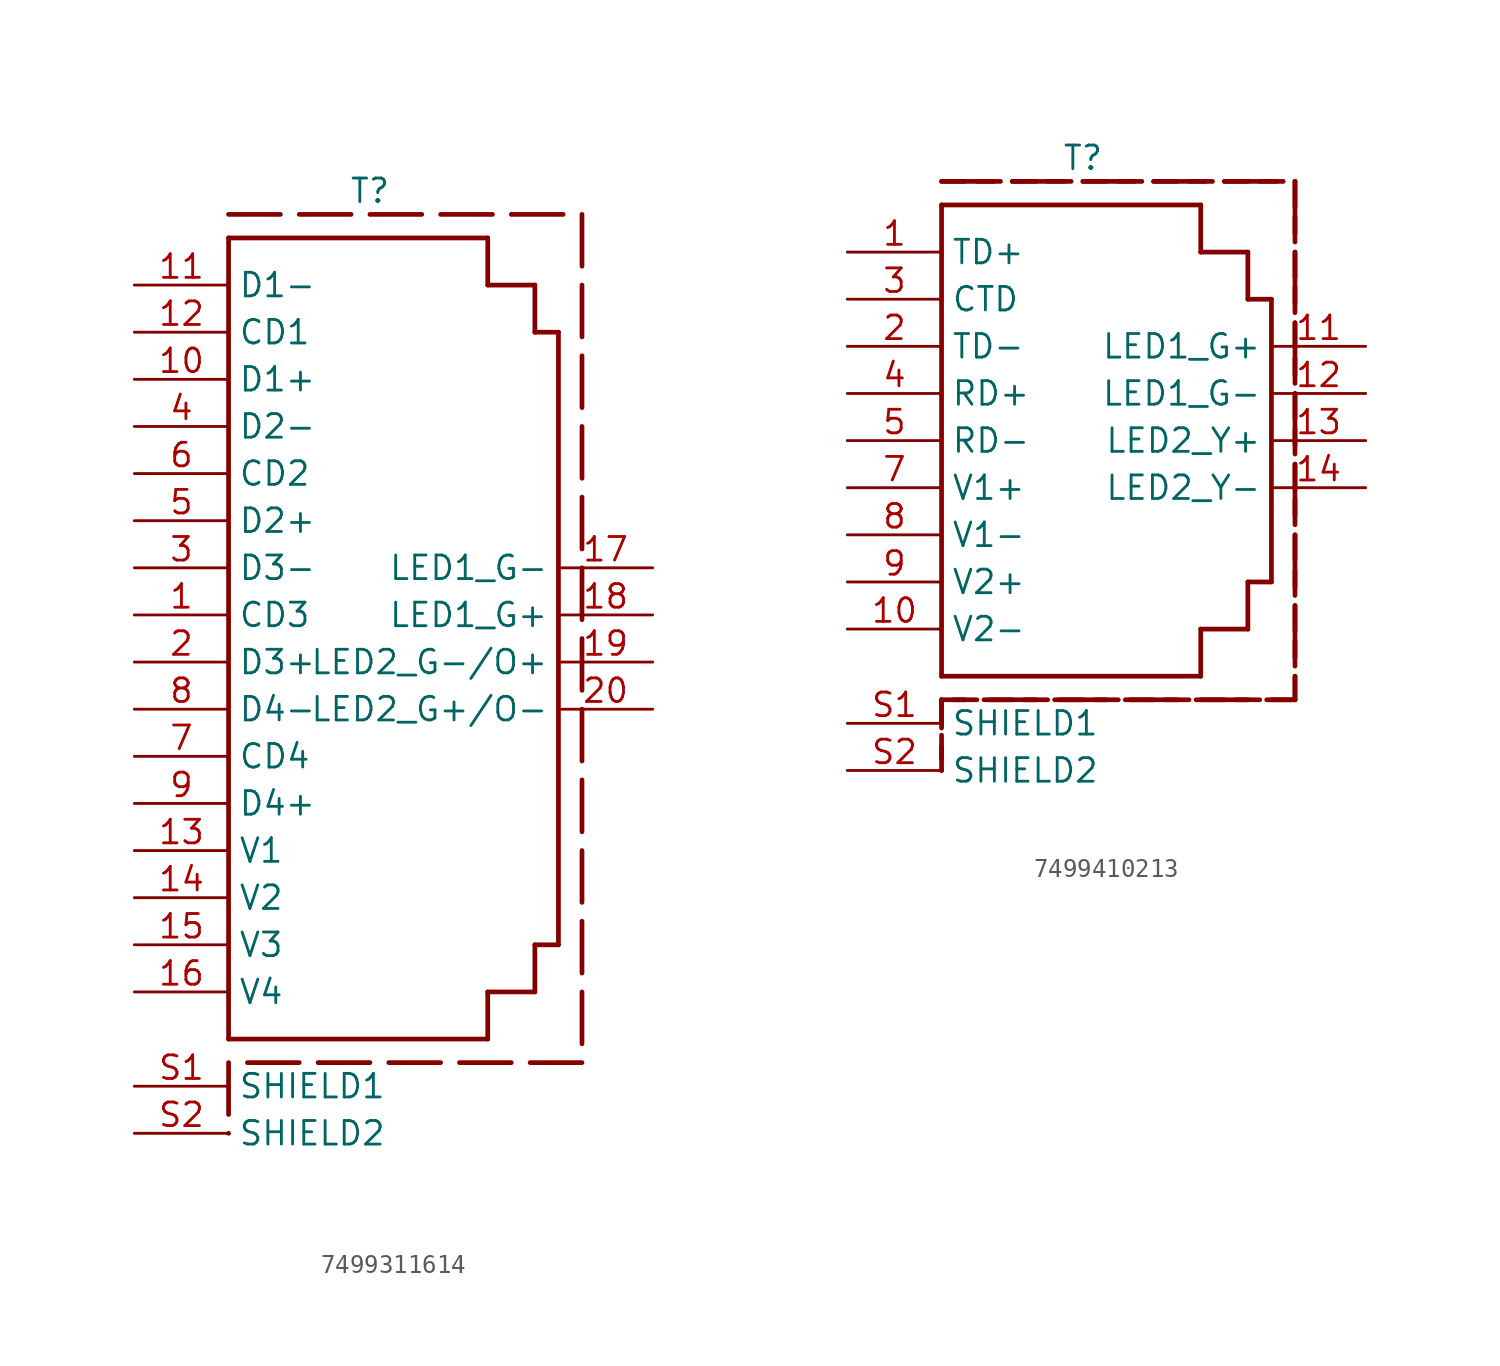
<source format=kicad_sym>
(kicad_symbol_lib
  (version 20220914)
  (generator kicad_symbol_editor)
  (symbol "7499311614"
    (property "Reference" "T"
      (at 0 25.4 0)
      (effects (font (size 1.27 1.27))))
    (property "Critical Parameter" ""
      (at 0 -5.08 0)
      (effects (font (size 1.27 1.27)) (justify left)))
    (symbol "7499311614_0_0"
      (polyline (pts (xy -7.62 -20.32) (xy -7.62 22.86)) (stroke (width 0.254) (type default)) (fill (type none)))
      (polyline (pts (xy -7.62 22.86) (xy 6.35 22.86)) (stroke (width 0.254) (type default)) (fill (type none)))
      (polyline (pts (xy 6.35 -20.32) (xy -7.62 -20.32)) (stroke (width 0.254) (type default)) (fill (type none)))
      (polyline (pts (xy 6.35 -20.32) (xy 6.35 -17.78)) (stroke (width 0.254) (type default)) (fill (type none)))
      (polyline (pts (xy 6.35 -17.78) (xy 8.89 -17.78)) (stroke (width 0.254) (type default)) (fill (type none)))
      (polyline (pts (xy 6.35 20.32) (xy 8.89 20.32)) (stroke (width 0.254) (type default)) (fill (type none)))
      (polyline (pts (xy 6.35 22.86) (xy 6.35 20.32)) (stroke (width 0.254) (type default)) (fill (type none)))
      (polyline (pts (xy 8.89 -17.78) (xy 8.89 -15.24)) (stroke (width 0.254) (type default)) (fill (type none)))
      (polyline (pts (xy 8.89 -15.24) (xy 10.16 -15.24)) (stroke (width 0.254) (type default)) (fill (type none)))
      (polyline (pts (xy 8.89 17.78) (xy 10.16 17.78)) (stroke (width 0.254) (type default)) (fill (type none)))
      (polyline (pts (xy 8.89 20.32) (xy 8.89 17.78)) (stroke (width 0.254) (type default)) (fill (type none)))
      (polyline (pts (xy 10.16 17.78) (xy 10.16 -15.24)) (stroke (width 0.254) (type default)) (fill (type none)))
      (pin passive line (at -12.7 2.54 0) (length 5.08) (name "CD3" (effects (font (size 1.27 1.27)))) (number "1" (effects (font (size 1.27 1.27)))))
      (pin passive line (at -12.7 15.24 0) (length 5.08) (name "D1+" (effects (font (size 1.27 1.27)))) (number "10" (effects (font (size 1.27 1.27)))))
      (pin passive line (at -12.7 20.32 0) (length 5.08) (name "D1-" (effects (font (size 1.27 1.27)))) (number "11" (effects (font (size 1.27 1.27)))))
      (pin passive line (at -12.7 17.78 0) (length 5.08) (name "CD1" (effects (font (size 1.27 1.27)))) (number "12" (effects (font (size 1.27 1.27)))))
      (pin passive line (at -12.7 -10.16 0) (length 5.08) (name "V1" (effects (font (size 1.27 1.27)))) (number "13" (effects (font (size 1.27 1.27)))))
      (pin passive line (at -12.7 -12.7 0) (length 5.08) (name "V2" (effects (font (size 1.27 1.27)))) (number "14" (effects (font (size 1.27 1.27)))))
      (pin passive line (at -12.7 -15.24 0) (length 5.08) (name "V3" (effects (font (size 1.27 1.27)))) (number "15" (effects (font (size 1.27 1.27)))))
      (pin passive line (at -12.7 -17.78 0) (length 5.08) (name "V4" (effects (font (size 1.27 1.27)))) (number "16" (effects (font (size 1.27 1.27)))))
      (pin passive line (at -12.7 0 0) (length 5.08) (name "D3+" (effects (font (size 1.27 1.27)))) (number "2" (effects (font (size 1.27 1.27)))))
      (pin passive line (at -12.7 5.08 0) (length 5.08) (name "D3-" (effects (font (size 1.27 1.27)))) (number "3" (effects (font (size 1.27 1.27)))))
      (pin passive line (at -12.7 12.7 0) (length 5.08) (name "D2-" (effects (font (size 1.27 1.27)))) (number "4" (effects (font (size 1.27 1.27)))))
      (pin passive line (at -12.7 7.62 0) (length 5.08) (name "D2+" (effects (font (size 1.27 1.27)))) (number "5" (effects (font (size 1.27 1.27)))))
      (pin passive line (at -12.7 10.16 0) (length 5.08) (name "CD2" (effects (font (size 1.27 1.27)))) (number "6" (effects (font (size 1.27 1.27)))))
      (pin passive line (at -12.7 -5.08 0) (length 5.08) (name "CD4" (effects (font (size 1.27 1.27)))) (number "7" (effects (font (size 1.27 1.27)))))
      (pin passive line (at -12.7 -2.54 0) (length 5.08) (name "D4-" (effects (font (size 1.27 1.27)))) (number "8" (effects (font (size 1.27 1.27)))))
      (pin passive line (at -12.7 -7.62 0) (length 5.08) (name "D4+" (effects (font (size 1.27 1.27)))) (number "9" (effects (font (size 1.27 1.27)))))
      (pin passive line (at -12.7 -22.86 0) (length 5.08) (name "SHIELD1" (effects (font (size 1.27 1.27)))) (number "S1" (effects (font (size 1.27 1.27)))))
      (pin passive line (at -12.7 -25.4 0) (length 5.08) (name "SHIELD2" (effects (font (size 1.27 1.27)))) (number "S2" (effects (font (size 1.27 1.27))))))
    (symbol "7499311614_1_0"
      (pin passive line (at 15.24 5.08 180) (length 5.08) (name "LED1_G-" (effects (font (size 1.27 1.27)))) (number "17" (effects (font (size 1.27 1.27)))))
      (pin passive line (at 15.24 2.54 180) (length 5.08) (name "LED1_G+" (effects (font (size 1.27 1.27)))) (number "18" (effects (font (size 1.27 1.27)))))
      (pin passive line (at 15.24 0 180) (length 5.08) (name "LED2_G-/O+" (effects (font (size 1.27 1.27)))) (number "19" (effects (font (size 1.27 1.27)))))
      (pin passive line (at 15.24 -2.54 180) (length 5.08) (name "LED2_G+/O-" (effects (font (size 1.27 1.27)))) (number "20" (effects (font (size 1.27 1.27))))))
    (symbol "7499311614_1_1"
      (polyline (pts (xy -7.62 24.13) (xy 11.43 24.13) (xy 11.43 -21.59) (xy -7.62 -21.59) (xy -7.62 -25.4)) (stroke (width 0.254) (type dash)) (fill (type none)))))
  (symbol "7499410213"
    (property "Reference" "T"
      (at 0 15.24 0)
      (effects (font (size 1.27 1.27))))
    (property "Critical Parameter" ""
      (at 0 -5.08 0)
      (effects (font (size 1.27 1.27)) (justify left)))
    (symbol "7499410213_0_0"
      (polyline (pts (xy -7.62 -17.78) (xy -7.62 -17.78)) (stroke (width 0.254) (type default)) (fill (type none)))
      (polyline (pts (xy -7.62 -15.875) (xy -7.62 -17.145)) (stroke (width 0.254) (type default)) (fill (type none)))
      (polyline (pts (xy -7.62 -13.97) (xy -7.62 -15.24)) (stroke (width 0.254) (type default)) (fill (type none)))
      (polyline (pts (xy -7.62 -13.97) (xy -7.62 -13.97)) (stroke (width 0.254) (type default)) (fill (type none)))
      (polyline (pts (xy -7.62 -12.7) (xy -7.62 12.7)) (stroke (width 0.254) (type default)) (fill (type none)))
      (polyline (pts (xy -7.62 12.7) (xy 6.35 12.7)) (stroke (width 0.254) (type default)) (fill (type none)))
      (polyline (pts (xy -7.62 13.97) (xy -6.35 13.97)) (stroke (width 0.254) (type default)) (fill (type none)))
      (polyline (pts (xy -5.715 -13.97) (xy -6.985 -13.97)) (stroke (width 0.254) (type default)) (fill (type none)))
      (polyline (pts (xy -5.715 13.97) (xy -4.445 13.97)) (stroke (width 0.254) (type default)) (fill (type none)))
      (polyline (pts (xy -3.81 -13.97) (xy -5.08 -13.97)) (stroke (width 0.254) (type default)) (fill (type none)))
      (polyline (pts (xy -3.81 13.97) (xy -2.54 13.97)) (stroke (width 0.254) (type default)) (fill (type none)))
      (polyline (pts (xy -1.905 -13.97) (xy -3.175 -13.97)) (stroke (width 0.254) (type default)) (fill (type none)))
      (polyline (pts (xy -1.905 13.97) (xy -0.635 13.97)) (stroke (width 0.254) (type default)) (fill (type none)))
      (polyline (pts (xy 0 -13.97) (xy -1.27 -13.97)) (stroke (width 0.254) (type default)) (fill (type none)))
      (polyline (pts (xy 0 13.97) (xy 1.27 13.97)) (stroke (width 0.254) (type default)) (fill (type none)))
      (polyline (pts (xy 1.905 -13.97) (xy 0.635 -13.97)) (stroke (width 0.254) (type default)) (fill (type none)))
      (polyline (pts (xy 1.905 13.97) (xy 3.175 13.97)) (stroke (width 0.254) (type default)) (fill (type none)))
      (polyline (pts (xy 3.81 -13.97) (xy 2.54 -13.97)) (stroke (width 0.254) (type default)) (fill (type none)))
      (polyline (pts (xy 3.81 13.97) (xy 5.08 13.97)) (stroke (width 0.254) (type default)) (fill (type none)))
      (polyline (pts (xy 5.715 -13.97) (xy 4.445 -13.97)) (stroke (width 0.254) (type default)) (fill (type none)))
      (polyline (pts (xy 5.715 13.97) (xy 6.985 13.97)) (stroke (width 0.254) (type default)) (fill (type none)))
      (polyline (pts (xy 6.35 -12.7) (xy -7.62 -12.7)) (stroke (width 0.254) (type default)) (fill (type none)))
      (polyline (pts (xy 6.35 -12.7) (xy 6.35 -10.16)) (stroke (width 0.254) (type default)) (fill (type none)))
      (polyline (pts (xy 6.35 -10.16) (xy 8.89 -10.16)) (stroke (width 0.254) (type default)) (fill (type none)))
      (polyline (pts (xy 6.35 10.16) (xy 8.89 10.16)) (stroke (width 0.254) (type default)) (fill (type none)))
      (polyline (pts (xy 6.35 12.7) (xy 6.35 10.16)) (stroke (width 0.254) (type default)) (fill (type none)))
      (polyline (pts (xy 7.62 -13.97) (xy 6.35 -13.97)) (stroke (width 0.254) (type default)) (fill (type none)))
      (polyline (pts (xy 7.62 13.97) (xy 8.89 13.97)) (stroke (width 0.254) (type default)) (fill (type none)))
      (polyline (pts (xy 8.89 -10.16) (xy 8.89 -7.62)) (stroke (width 0.254) (type default)) (fill (type none)))
      (polyline (pts (xy 8.89 -7.62) (xy 10.16 -7.62)) (stroke (width 0.254) (type default)) (fill (type none)))
      (polyline (pts (xy 8.89 7.62) (xy 10.16 7.62)) (stroke (width 0.254) (type default)) (fill (type none)))
      (polyline (pts (xy 8.89 10.16) (xy 8.89 7.62)) (stroke (width 0.254) (type default)) (fill (type none)))
      (polyline (pts (xy 9.525 -13.97) (xy 8.255 -13.97)) (stroke (width 0.254) (type default)) (fill (type none)))
      (polyline (pts (xy 9.525 13.97) (xy 10.795 13.97)) (stroke (width 0.254) (type default)) (fill (type none)))
      (polyline (pts (xy 10.16 7.62) (xy 10.16 -7.62)) (stroke (width 0.254) (type default)) (fill (type none)))
      (polyline (pts (xy 11.43 -13.97) (xy 10.16 -13.97)) (stroke (width 0.254) (type default)) (fill (type none)))
      (polyline (pts (xy 11.43 -12.7) (xy 11.43 -13.97)) (stroke (width 0.254) (type default)) (fill (type none)))
      (polyline (pts (xy 11.43 -10.795) (xy 11.43 -12.156)) (stroke (width 0.254) (type default)) (fill (type none)))
      (polyline (pts (xy 11.43 -8.89) (xy 11.43 -10.251)) (stroke (width 0.254) (type default)) (fill (type none)))
      (polyline (pts (xy 11.43 -6.985) (xy 11.43 -8.346)) (stroke (width 0.254) (type default)) (fill (type none)))
      (polyline (pts (xy 11.43 -5.08) (xy 11.43 -6.441)) (stroke (width 0.254) (type default)) (fill (type none)))
      (polyline (pts (xy 11.43 -3.175) (xy 11.43 -4.536)) (stroke (width 0.254) (type default)) (fill (type none)))
      (polyline (pts (xy 11.43 -1.27) (xy 11.43 -2.631)) (stroke (width 0.254) (type default)) (fill (type none)))
      (polyline (pts (xy 11.43 0.635) (xy 11.43 -0.726)) (stroke (width 0.254) (type default)) (fill (type none)))
      (polyline (pts (xy 11.43 2.54) (xy 11.43 1.179)) (stroke (width 0.254) (type default)) (fill (type none)))
      (polyline (pts (xy 11.43 4.445) (xy 11.43 3.084)) (stroke (width 0.254) (type default)) (fill (type none)))
      (polyline (pts (xy 11.43 6.35) (xy 11.43 4.989)) (stroke (width 0.254) (type default)) (fill (type none)))
      (polyline (pts (xy 11.43 8.255) (xy 11.43 6.894)) (stroke (width 0.254) (type default)) (fill (type none)))
      (polyline (pts (xy 11.43 10.16) (xy 11.43 8.799)) (stroke (width 0.254) (type default)) (fill (type none)))
      (polyline (pts (xy 11.43 12.065) (xy 11.43 10.704)) (stroke (width 0.254) (type default)) (fill (type none)))
      (polyline (pts (xy 11.43 13.97) (xy 11.43 12.609)) (stroke (width 0.254) (type default)) (fill (type none)))
      (polyline (pts (xy 11.43 13.97) (xy 11.43 13.97)) (stroke (width 0.254) (type default)) (fill (type none)))
      (pin passive line (at -12.7 10.16 0) (length 5.08) (name "TD+" (effects (font (size 1.27 1.27)))) (number "1" (effects (font (size 1.27 1.27)))))
      (pin passive line (at -12.7 -10.16 0) (length 5.08) (name "V2-" (effects (font (size 1.27 1.27)))) (number "10" (effects (font (size 1.27 1.27)))))
      (pin passive line (at -12.7 5.08 0) (length 5.08) (name "TD-" (effects (font (size 1.27 1.27)))) (number "2" (effects (font (size 1.27 1.27)))))
      (pin passive line (at -12.7 7.62 0) (length 5.08) (name "CTD" (effects (font (size 1.27 1.27)))) (number "3" (effects (font (size 1.27 1.27)))))
      (pin passive line (at -12.7 2.54 0) (length 5.08) (name "RD+" (effects (font (size 1.27 1.27)))) (number "4" (effects (font (size 1.27 1.27)))))
      (pin passive line (at -12.7 0 0) (length 5.08) (name "RD-" (effects (font (size 1.27 1.27)))) (number "5" (effects (font (size 1.27 1.27)))))
      (pin passive line (at -12.7 -2.54 0) (length 5.08) (name "V1+" (effects (font (size 1.27 1.27)))) (number "7" (effects (font (size 1.27 1.27)))))
      (pin passive line (at -12.7 -5.08 0) (length 5.08) (name "V1-" (effects (font (size 1.27 1.27)))) (number "8" (effects (font (size 1.27 1.27)))))
      (pin passive line (at -12.7 -7.62 0) (length 5.08) (name "V2+" (effects (font (size 1.27 1.27)))) (number "9" (effects (font (size 1.27 1.27)))))
      (pin passive line (at -12.7 -15.24 0) (length 5.08) (name "SHIELD1" (effects (font (size 1.27 1.27)))) (number "S1" (effects (font (size 1.27 1.27)))))
      (pin passive line (at -12.7 -17.78 0) (length 5.08) (name "SHIELD2" (effects (font (size 1.27 1.27)))) (number "S2" (effects (font (size 1.27 1.27))))))
    (symbol "7499410213_1_0"
      (pin passive line (at 15.24 5.08 180) (length 5.08) (name "LED1_G+" (effects (font (size 1.27 1.27)))) (number "11" (effects (font (size 1.27 1.27)))))
      (pin passive line (at 15.24 2.54 180) (length 5.08) (name "LED1_G-" (effects (font (size 1.27 1.27)))) (number "12" (effects (font (size 1.27 1.27)))))
      (pin passive line (at 15.24 0 180) (length 5.08) (name "LED2_Y+" (effects (font (size 1.27 1.27)))) (number "13" (effects (font (size 1.27 1.27)))))
      (pin passive line (at 15.24 -2.54 180) (length 5.08) (name "LED2_Y-" (effects (font (size 1.27 1.27)))) (number "14" (effects (font (size 1.27 1.27))))))
    (symbol "7499410213_1_1"
      (polyline (pts (xy -7.62 13.97) (xy 11.43 13.97) (xy 11.43 -13.97) (xy -7.62 -13.97) (xy -7.62 -17.78)) (stroke (width 0.254) (type dash)) (fill (type none))))))
</source>
